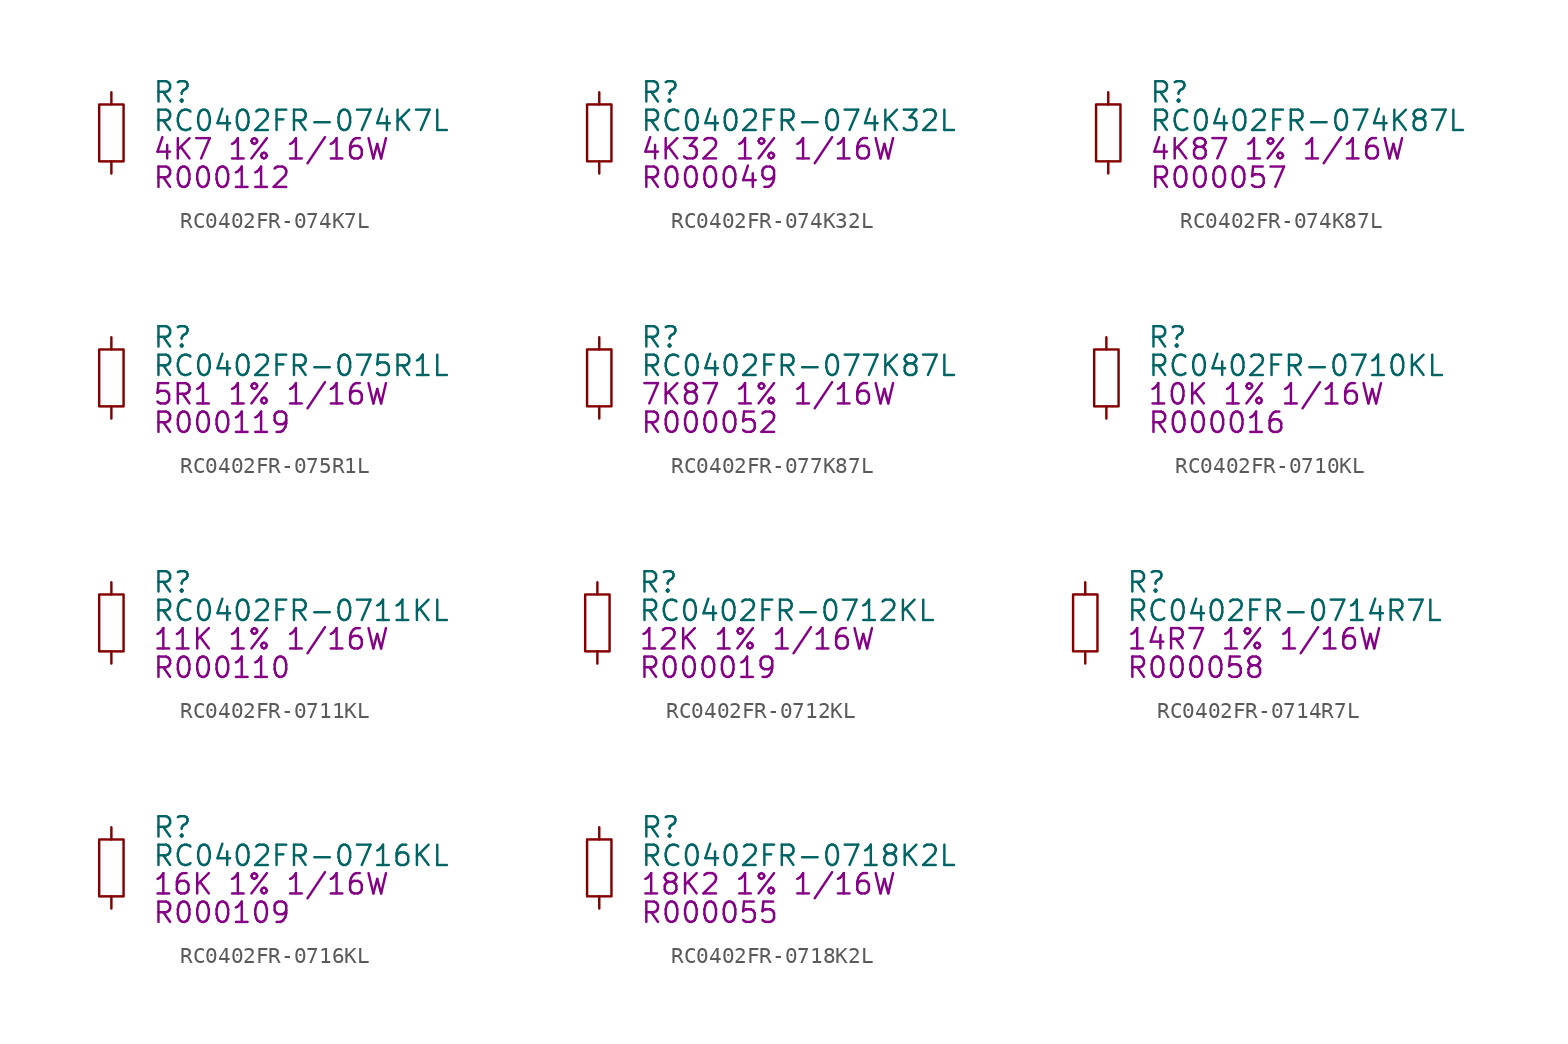
<source format=kicad_sym>
(kicad_symbol_lib
  (version 20201005)
  (generator kicad_symbol_editor)
  (symbol "berndoj_resistor:RC0402FR-074K7L"
    (pin_numbers hide)
    (pin_names
      (offset 1.016) hide)
    (property "Reference" "R"
      (at 2.54 2.54 0)
      (effects (font (size 1.27 1.27)) (justify left)))
    (property "Value" "RC0402FR-074K7L"
      (at 2.54 0.762 0)
      (effects (font (size 1.27 1.27)) (justify left)))
    (property "IPN" "R000112"
      (at 2.54 -2.794 0)
      (effects (font (size 1.27 1.27)) (justify left)))
    (property "Parameters" "4K7 1% 1/16W"
      (at 2.54 -1.016 0)
      (effects (font (size 1.27 1.27)) (justify left)))
    (symbol "RC0402FR-074K7L_0_0"
      (pin passive line (at 0 -2.54 90) (length 0.762) (name "1" (effects (font (size 1.27 1.27)))) (number "1" (effects (font (size 1.27 1.27)))))
      (pin passive line (at 0 2.54 270) (length 0.762) (name "2" (effects (font (size 1.27 1.27)))) (number "2" (effects (font (size 1.27 1.27))))))
    (symbol "RC0402FR-074K7L_0_1"
      (rectangle (start -0.762 -1.778) (end 0.762 1.778) (stroke (width 0)) (fill (type none)))))
  (symbol "berndoj_resistor:RC0402FR-074K32L"
    (pin_numbers hide)
    (pin_names
      (offset 1.016) hide)
    (property "Reference" "R"
      (at 2.54 2.54 0)
      (effects (font (size 1.27 1.27)) (justify left)))
    (property "Value" "RC0402FR-074K32L"
      (at 2.54 0.762 0)
      (effects (font (size 1.27 1.27)) (justify left)))
    (property "IPN" "R000049"
      (at 2.54 -2.794 0)
      (effects (font (size 1.27 1.27)) (justify left)))
    (property "Parameters" "4K32 1% 1/16W"
      (at 2.54 -1.016 0)
      (effects (font (size 1.27 1.27)) (justify left)))
    (symbol "RC0402FR-074K32L_0_0"
      (pin passive line (at 0 -2.54 90) (length 0.762) (name "1" (effects (font (size 1.27 1.27)))) (number "1" (effects (font (size 1.27 1.27)))))
      (pin passive line (at 0 2.54 270) (length 0.762) (name "2" (effects (font (size 1.27 1.27)))) (number "2" (effects (font (size 1.27 1.27))))))
    (symbol "RC0402FR-074K32L_0_1"
      (rectangle (start -0.762 -1.778) (end 0.762 1.778) (stroke (width 0)) (fill (type none)))))
  (symbol "berndoj_resistor:RC0402FR-074K87L"
    (pin_numbers hide)
    (pin_names
      (offset 1.016) hide)
    (property "Reference" "R"
      (at 2.54 2.54 0)
      (effects (font (size 1.27 1.27)) (justify left)))
    (property "Value" "RC0402FR-074K87L"
      (at 2.54 0.762 0)
      (effects (font (size 1.27 1.27)) (justify left)))
    (property "IPN" "R000057"
      (at 2.54 -2.794 0)
      (effects (font (size 1.27 1.27)) (justify left)))
    (property "Parameters" "4K87 1% 1/16W"
      (at 2.54 -1.016 0)
      (effects (font (size 1.27 1.27)) (justify left)))
    (symbol "RC0402FR-074K87L_0_0"
      (pin passive line (at 0 -2.54 90) (length 0.762) (name "1" (effects (font (size 1.27 1.27)))) (number "1" (effects (font (size 1.27 1.27)))))
      (pin passive line (at 0 2.54 270) (length 0.762) (name "2" (effects (font (size 1.27 1.27)))) (number "2" (effects (font (size 1.27 1.27))))))
    (symbol "RC0402FR-074K87L_0_1"
      (rectangle (start -0.762 -1.778) (end 0.762 1.778) (stroke (width 0)) (fill (type none)))))
  (symbol "berndoj_resistor:RC0402FR-075R1L"
    (pin_numbers hide)
    (pin_names
      (offset 1.016) hide)
    (property "Reference" "R"
      (at 2.54 2.54 0)
      (effects (font (size 1.27 1.27)) (justify left)))
    (property "Value" "RC0402FR-075R1L"
      (at 2.54 0.762 0)
      (effects (font (size 1.27 1.27)) (justify left)))
    (property "IPN" "R000119"
      (at 2.54 -2.794 0)
      (effects (font (size 1.27 1.27)) (justify left)))
    (property "Parameters" "5R1 1% 1/16W"
      (at 2.54 -1.016 0)
      (effects (font (size 1.27 1.27)) (justify left)))
    (symbol "RC0402FR-075R1L_0_0"
      (pin passive line (at 0 -2.54 90) (length 0.762) (name "1" (effects (font (size 1.27 1.27)))) (number "1" (effects (font (size 1.27 1.27)))))
      (pin passive line (at 0 2.54 270) (length 0.762) (name "2" (effects (font (size 1.27 1.27)))) (number "2" (effects (font (size 1.27 1.27))))))
    (symbol "RC0402FR-075R1L_0_1"
      (rectangle (start -0.762 -1.778) (end 0.762 1.778) (stroke (width 0)) (fill (type none)))))
  (symbol "berndoj_resistor:RC0402FR-077K87L"
    (pin_numbers hide)
    (pin_names
      (offset 1.016) hide)
    (property "Reference" "R"
      (at 2.54 2.54 0)
      (effects (font (size 1.27 1.27)) (justify left)))
    (property "Value" "RC0402FR-077K87L"
      (at 2.54 0.762 0)
      (effects (font (size 1.27 1.27)) (justify left)))
    (property "IPN" "R000052"
      (at 2.54 -2.794 0)
      (effects (font (size 1.27 1.27)) (justify left)))
    (property "Parameters" "7K87 1% 1/16W"
      (at 2.54 -1.016 0)
      (effects (font (size 1.27 1.27)) (justify left)))
    (symbol "RC0402FR-077K87L_0_0"
      (pin passive line (at 0 -2.54 90) (length 0.762) (name "1" (effects (font (size 1.27 1.27)))) (number "1" (effects (font (size 1.27 1.27)))))
      (pin passive line (at 0 2.54 270) (length 0.762) (name "2" (effects (font (size 1.27 1.27)))) (number "2" (effects (font (size 1.27 1.27))))))
    (symbol "RC0402FR-077K87L_0_1"
      (rectangle (start -0.762 -1.778) (end 0.762 1.778) (stroke (width 0)) (fill (type none)))))
  (symbol "berndoj_resistor:RC0402FR-0710KL"
    (pin_numbers hide)
    (pin_names
      (offset 1.016) hide)
    (property "Reference" "R"
      (at 2.54 2.54 0)
      (effects (font (size 1.27 1.27)) (justify left)))
    (property "Value" "RC0402FR-0710KL"
      (at 2.54 0.762 0)
      (effects (font (size 1.27 1.27)) (justify left)))
    (property "IPN" "R000016"
      (at 2.54 -2.794 0)
      (effects (font (size 1.27 1.27)) (justify left)))
    (property "Parameters" "10K 1% 1/16W"
      (at 2.54 -1.016 0)
      (effects (font (size 1.27 1.27)) (justify left)))
    (symbol "RC0402FR-0710KL_0_0"
      (pin passive line (at 0 -2.54 90) (length 0.762) (name "1" (effects (font (size 1.27 1.27)))) (number "1" (effects (font (size 1.27 1.27)))))
      (pin passive line (at 0 2.54 270) (length 0.762) (name "2" (effects (font (size 1.27 1.27)))) (number "2" (effects (font (size 1.27 1.27))))))
    (symbol "RC0402FR-0710KL_0_1"
      (rectangle (start -0.762 -1.778) (end 0.762 1.778) (stroke (width 0)) (fill (type none)))))
  (symbol "berndoj_resistor:RC0402FR-0711KL"
    (pin_numbers hide)
    (pin_names
      (offset 1.016) hide)
    (property "Reference" "R"
      (at 2.54 2.54 0)
      (effects (font (size 1.27 1.27)) (justify left)))
    (property "Value" "RC0402FR-0711KL"
      (at 2.54 0.762 0)
      (effects (font (size 1.27 1.27)) (justify left)))
    (property "IPN" "R000110"
      (at 2.54 -2.794 0)
      (effects (font (size 1.27 1.27)) (justify left)))
    (property "Parameters" "11K 1% 1/16W"
      (at 2.54 -1.016 0)
      (effects (font (size 1.27 1.27)) (justify left)))
    (symbol "RC0402FR-0711KL_0_0"
      (pin passive line (at 0 -2.54 90) (length 0.762) (name "1" (effects (font (size 1.27 1.27)))) (number "1" (effects (font (size 1.27 1.27)))))
      (pin passive line (at 0 2.54 270) (length 0.762) (name "2" (effects (font (size 1.27 1.27)))) (number "2" (effects (font (size 1.27 1.27))))))
    (symbol "RC0402FR-0711KL_0_1"
      (rectangle (start -0.762 -1.778) (end 0.762 1.778) (stroke (width 0)) (fill (type none)))))
  (symbol "berndoj_resistor:RC0402FR-0712KL"
    (pin_numbers hide)
    (pin_names
      (offset 1.016) hide)
    (property "Reference" "R"
      (at 2.54 2.54 0)
      (effects (font (size 1.27 1.27)) (justify left)))
    (property "Value" "RC0402FR-0712KL"
      (at 2.54 0.762 0)
      (effects (font (size 1.27 1.27)) (justify left)))
    (property "IPN" "R000019"
      (at 2.54 -2.794 0)
      (effects (font (size 1.27 1.27)) (justify left)))
    (property "Parameters" "12K 1% 1/16W"
      (at 2.54 -1.016 0)
      (effects (font (size 1.27 1.27)) (justify left)))
    (symbol "RC0402FR-0712KL_0_0"
      (pin passive line (at 0 -2.54 90) (length 0.762) (name "1" (effects (font (size 1.27 1.27)))) (number "1" (effects (font (size 1.27 1.27)))))
      (pin passive line (at 0 2.54 270) (length 0.762) (name "2" (effects (font (size 1.27 1.27)))) (number "2" (effects (font (size 1.27 1.27))))))
    (symbol "RC0402FR-0712KL_0_1"
      (rectangle (start -0.762 -1.778) (end 0.762 1.778) (stroke (width 0)) (fill (type none)))))
  (symbol "berndoj_resistor:RC0402FR-0714R7L"
    (pin_numbers hide)
    (pin_names
      (offset 1.016) hide)
    (property "Reference" "R"
      (at 2.54 2.54 0)
      (effects (font (size 1.27 1.27)) (justify left)))
    (property "Value" "RC0402FR-0714R7L"
      (at 2.54 0.762 0)
      (effects (font (size 1.27 1.27)) (justify left)))
    (property "IPN" "R000058"
      (at 2.54 -2.794 0)
      (effects (font (size 1.27 1.27)) (justify left)))
    (property "Parameters" "14R7 1% 1/16W"
      (at 2.54 -1.016 0)
      (effects (font (size 1.27 1.27)) (justify left)))
    (symbol "RC0402FR-0714R7L_0_0"
      (pin passive line (at 0 -2.54 90) (length 0.762) (name "1" (effects (font (size 1.27 1.27)))) (number "1" (effects (font (size 1.27 1.27)))))
      (pin passive line (at 0 2.54 270) (length 0.762) (name "2" (effects (font (size 1.27 1.27)))) (number "2" (effects (font (size 1.27 1.27))))))
    (symbol "RC0402FR-0714R7L_0_1"
      (rectangle (start -0.762 -1.778) (end 0.762 1.778) (stroke (width 0)) (fill (type none)))))
  (symbol "berndoj_resistor:RC0402FR-0716KL"
    (pin_numbers hide)
    (pin_names
      (offset 1.016) hide)
    (property "Reference" "R"
      (at 2.54 2.54 0)
      (effects (font (size 1.27 1.27)) (justify left)))
    (property "Value" "RC0402FR-0716KL"
      (at 2.54 0.762 0)
      (effects (font (size 1.27 1.27)) (justify left)))
    (property "IPN" "R000109"
      (at 2.54 -2.794 0)
      (effects (font (size 1.27 1.27)) (justify left)))
    (property "Parameters" "16K 1% 1/16W"
      (at 2.54 -1.016 0)
      (effects (font (size 1.27 1.27)) (justify left)))
    (symbol "RC0402FR-0716KL_0_0"
      (pin passive line (at 0 -2.54 90) (length 0.762) (name "1" (effects (font (size 1.27 1.27)))) (number "1" (effects (font (size 1.27 1.27)))))
      (pin passive line (at 0 2.54 270) (length 0.762) (name "2" (effects (font (size 1.27 1.27)))) (number "2" (effects (font (size 1.27 1.27))))))
    (symbol "RC0402FR-0716KL_0_1"
      (rectangle (start -0.762 -1.778) (end 0.762 1.778) (stroke (width 0)) (fill (type none)))))
  (symbol "berndoj_resistor:RC0402FR-0718K2L"
    (pin_numbers hide)
    (pin_names
      (offset 1.016) hide)
    (property "Reference" "R"
      (at 2.54 2.54 0)
      (effects (font (size 1.27 1.27)) (justify left)))
    (property "Value" "RC0402FR-0718K2L"
      (at 2.54 0.762 0)
      (effects (font (size 1.27 1.27)) (justify left)))
    (property "IPN" "R000055"
      (at 2.54 -2.794 0)
      (effects (font (size 1.27 1.27)) (justify left)))
    (property "Parameters" "18K2 1% 1/16W"
      (at 2.54 -1.016 0)
      (effects (font (size 1.27 1.27)) (justify left)))
    (symbol "RC0402FR-0718K2L_0_0"
      (pin passive line (at 0 -2.54 90) (length 0.762) (name "1" (effects (font (size 1.27 1.27)))) (number "1" (effects (font (size 1.27 1.27)))))
      (pin passive line (at 0 2.54 270) (length 0.762) (name "2" (effects (font (size 1.27 1.27)))) (number "2" (effects (font (size 1.27 1.27))))))
    (symbol "RC0402FR-0718K2L_0_1"
      (rectangle (start -0.762 -1.778) (end 0.762 1.778) (stroke (width 0)) (fill (type none))))))
</source>
